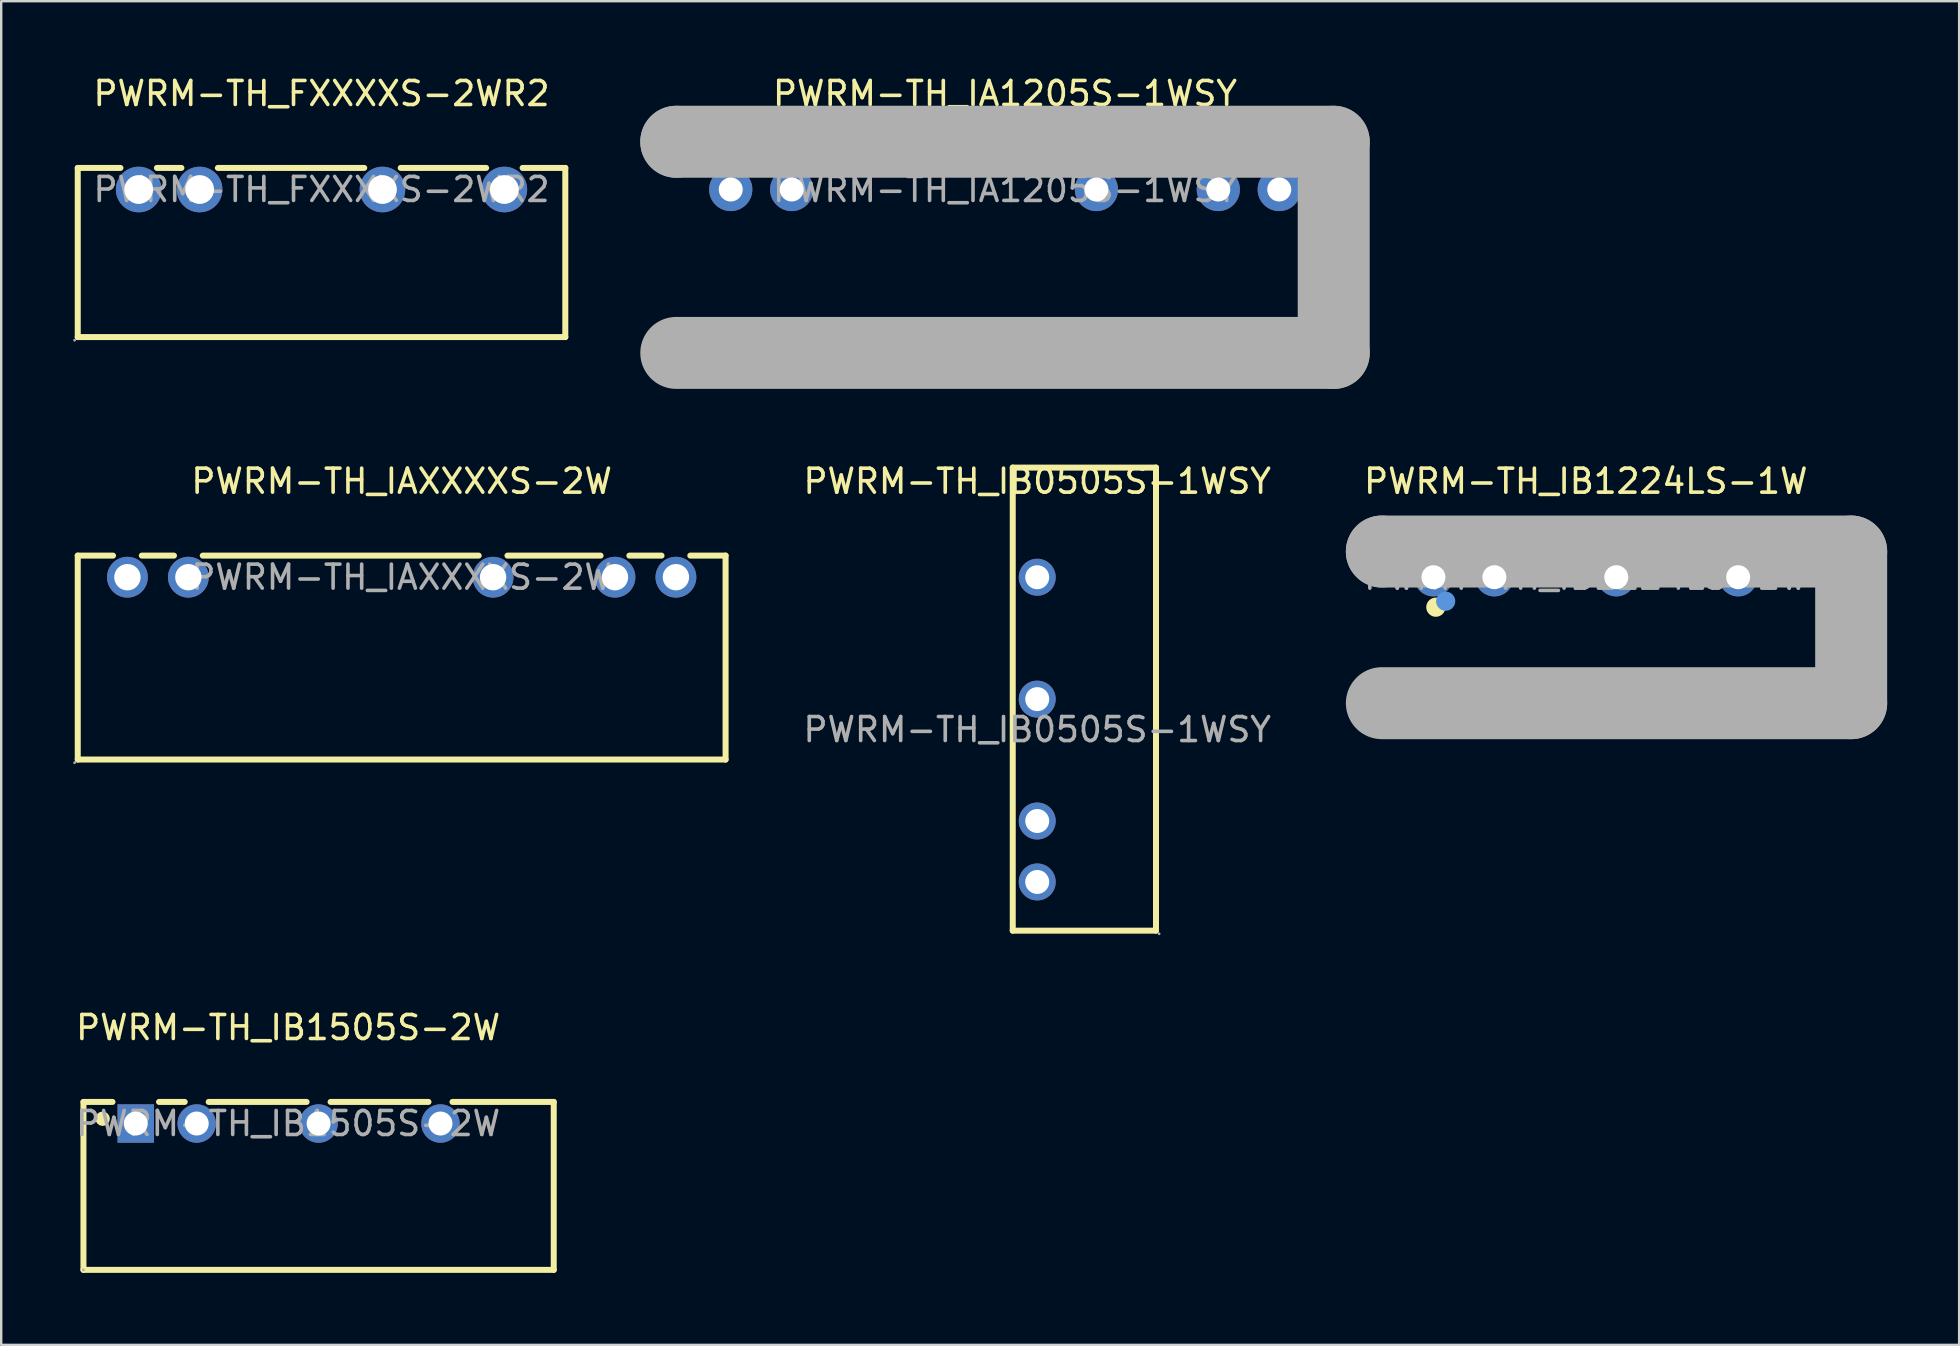
<source format=kicad_pcb>
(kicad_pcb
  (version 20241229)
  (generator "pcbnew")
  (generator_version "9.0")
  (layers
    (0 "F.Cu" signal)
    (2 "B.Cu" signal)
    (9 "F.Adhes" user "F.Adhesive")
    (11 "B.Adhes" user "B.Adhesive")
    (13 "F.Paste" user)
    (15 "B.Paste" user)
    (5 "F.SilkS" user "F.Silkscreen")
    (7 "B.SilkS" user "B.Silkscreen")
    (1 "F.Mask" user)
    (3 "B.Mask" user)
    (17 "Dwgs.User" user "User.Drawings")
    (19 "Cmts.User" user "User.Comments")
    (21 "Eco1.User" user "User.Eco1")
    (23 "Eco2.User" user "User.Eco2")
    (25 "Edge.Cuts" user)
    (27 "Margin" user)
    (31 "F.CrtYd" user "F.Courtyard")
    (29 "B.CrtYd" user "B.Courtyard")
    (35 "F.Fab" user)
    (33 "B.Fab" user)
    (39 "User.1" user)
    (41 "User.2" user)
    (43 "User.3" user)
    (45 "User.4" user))
  (footprint "PWRM-TH_IB1224LS-1W"
    (layer "F.Cu")
    (at 63.041 21.006)
    (property "Reference" "PWRM-TH_IB1224LS-1W" (at 0 -4 0) (layer "F.SilkS") (effects (font (size 1 1) (thickness 0.15))))
    (attr through_hole)
    (fp_circle (center -6.25 1.25) (end -6.05 1.25) (stroke (width 0.4) (type solid)) (fill no) (layer "F.SilkS"))
    (fp_circle (center -5.84 1) (end -5.64 1) (stroke (width 0.4) (type solid)) (fill no) (layer "Cmts.User"))
    (fp_line (start -8.5 -1.07) (end -8.5 -1.07) (stroke (width 3) (type solid)) (layer "F.Fab"))
    (fp_line (start -8.5 -1.07) (end 11.06 -1.07) (stroke (width 3) (type solid)) (layer "F.Fab"))
    (fp_line (start 11.06 -1.07) (end 11.06 5.25) (stroke (width 3) (type solid)) (layer "F.Fab"))
    (fp_line (start 11.06 5.25) (end -8.5 5.25) (stroke (width 3) (type solid)) (layer "F.Fab"))
    (fp_circle (center -8.56 5.1) (end -8.53 5.1) (stroke (width 0.06) (type solid)) (fill no) (layer "F.Fab"))
    (fp_text user "${REFERENCE}" (at 0 0 0) (layer "F.Fab") (effects (font (size 1 1) (thickness 0.15))))
    (pad "1" thru_hole circle (at -6.35 0) (size 1.6 1.6) (drill 1) (layers "*.Cu" "*.Paste" "*.Mask"))
    (pad "2" thru_hole circle (at -3.81 0) (size 1.6 1.6) (drill 1) (layers "*.Cu" "*.Paste" "*.Mask"))
    (pad "4" thru_hole circle (at 1.27 0) (size 1.6 1.6) (drill 1) (layers "*.Cu" "*.Paste" "*.Mask"))
    (pad "6" thru_hole circle (at 6.35 0) (size 1.6 1.6) (drill 1) (layers "*.Cu" "*.Paste" "*.Mask")))
  (footprint "PWRM-TH_FXXXXS-2WR2"
    (layer "F.Cu")
    (at 10.35 4.848)
    (property "Reference" "PWRM-TH_FXXXXS-2WR2" (at 0 -4 0) (layer "F.SilkS") (effects (font (size 1 1) (thickness 0.15))))
    (attr through_hole)
    (fp_line (start -10.16 -0.9) (end -10.16 6.15) (stroke (width 0.25) (type solid)) (layer "F.SilkS"))
    (fp_line (start -10.16 -0.9) (end -8.38 -0.9) (stroke (width 0.25) (type solid)) (layer "F.SilkS"))
    (fp_line (start -10.16 6.15) (end 10.16 6.15) (stroke (width 0.25) (type solid)) (layer "F.SilkS"))
    (fp_line (start -6.86 -0.9) (end -5.84 -0.9) (stroke (width 0.25) (type solid)) (layer "F.SilkS"))
    (fp_line (start -4.32 -0.9) (end 1.78 -0.9) (stroke (width 0.25) (type solid)) (layer "F.SilkS"))
    (fp_line (start 3.3 -0.9) (end 6.86 -0.9) (stroke (width 0.25) (type solid)) (layer "F.SilkS"))
    (fp_line (start 8.38 -0.9) (end 10.16 -0.9) (stroke (width 0.25) (type solid)) (layer "F.SilkS"))
    (fp_line (start 10.16 -0.9) (end 10.16 6.15) (stroke (width 0.25) (type solid)) (layer "F.SilkS"))
    (fp_circle (center -10.29 6.28) (end -10.26 6.28) (stroke (width 0.06) (type solid)) (fill no) (layer "F.Fab"))
    (fp_circle (center -7.62 0) (end -7.37 0) (stroke (width 0.5) (type solid)) (fill no) (layer "F.Fab"))
    (fp_circle (center -5.08 0) (end -4.83 0) (stroke (width 0.5) (type solid)) (fill no) (layer "F.Fab"))
    (fp_circle (center 2.54 0) (end 2.79 0) (stroke (width 0.5) (type solid)) (fill no) (layer "F.Fab"))
    (fp_circle (center 7.62 0) (end 7.87 0) (stroke (width 0.5) (type solid)) (fill no) (layer "F.Fab"))
    (fp_text user "${REFERENCE}" (at 0 0 0) (layer "F.Fab") (effects (font (size 1 1) (thickness 0.15))))
    (pad "1" thru_hole circle (at -7.62 0) (size 1.9 1.9) (drill 1.2) (layers "*.Cu" "*.Paste" "*.Mask"))
    (pad "2" thru_hole circle (at -5.08 0) (size 1.9 1.9) (drill 1.2) (layers "*.Cu" "*.Paste" "*.Mask"))
    (pad "5" thru_hole circle (at 2.54 0) (size 1.9 1.9) (drill 1.2) (layers "*.Cu" "*.Paste" "*.Mask"))
    (pad "7" thru_hole circle (at 7.62 0) (size 1.9 1.9) (drill 1.2) (layers "*.Cu" "*.Paste" "*.Mask")))
  (footprint "PWRM-TH_IAXXXXS-2W"
    (layer "F.Cu")
    (at 13.69 21.006)
    (property "Reference" "PWRM-TH_IAXXXXS-2W" (at 0 -4 0) (layer "F.SilkS") (effects (font (size 1 1) (thickness 0.15))))
    (attr through_hole)
    (fp_line (start -13.5 -0.9) (end -13.5 7.6) (stroke (width 0.25) (type solid)) (layer "F.SilkS"))
    (fp_line (start -13.5 -0.9) (end -12.03 -0.9) (stroke (width 0.25) (type solid)) (layer "F.SilkS"))
    (fp_line (start -13.5 7.6) (end 13.5 7.6) (stroke (width 0.25) (type solid)) (layer "F.SilkS"))
    (fp_line (start -10.83 -0.9) (end -9.49 -0.9) (stroke (width 0.25) (type solid)) (layer "F.SilkS"))
    (fp_line (start -8.29 -0.9) (end 3.21 -0.9) (stroke (width 0.25) (type solid)) (layer "F.SilkS"))
    (fp_line (start 4.41 -0.9) (end 8.29 -0.9) (stroke (width 0.25) (type solid)) (layer "F.SilkS"))
    (fp_line (start 9.49 -0.9) (end 10.83 -0.9) (stroke (width 0.25) (type solid)) (layer "F.SilkS"))
    (fp_line (start 12.03 -0.9) (end 13.5 -0.9) (stroke (width 0.25) (type solid)) (layer "F.SilkS"))
    (fp_line (start 13.5 -0.9) (end 13.5 7.6) (stroke (width 0.25) (type solid)) (layer "F.SilkS"))
    (fp_circle (center -13.63 7.73) (end -13.6 7.73) (stroke (width 0.06) (type solid)) (fill no) (layer "F.Fab"))
    (fp_circle (center -11.43 0) (end -11.2 0) (stroke (width 0.45) (type solid)) (fill no) (layer "F.Fab"))
    (fp_circle (center -8.89 0) (end -8.66 0) (stroke (width 0.45) (type solid)) (fill no) (layer "F.Fab"))
    (fp_circle (center 3.81 0) (end 4.04 0) (stroke (width 0.45) (type solid)) (fill no) (layer "F.Fab"))
    (fp_circle (center 8.89 0) (end 9.12 0) (stroke (width 0.45) (type solid)) (fill no) (layer "F.Fab"))
    (fp_circle (center 11.43 0) (end 11.66 0) (stroke (width 0.45) (type solid)) (fill no) (layer "F.Fab"))
    (fp_text user "${REFERENCE}" (at 0 0 0) (layer "F.Fab") (effects (font (size 1 1) (thickness 0.15))))
    (pad "1" thru_hole circle (at -11.43 0) (size 1.7 1.7) (drill 1.1) (layers "*.Cu" "*.Paste" "*.Mask"))
    (pad "2" thru_hole circle (at -8.89 0) (size 1.7 1.7) (drill 1.1) (layers "*.Cu" "*.Paste" "*.Mask"))
    (pad "7" thru_hole circle (at 3.81 0) (size 1.7 1.7) (drill 1.1) (layers "*.Cu" "*.Paste" "*.Mask"))
    (pad "9" thru_hole circle (at 8.89 0) (size 1.7 1.7) (drill 1.1) (layers "*.Cu" "*.Paste" "*.Mask"))
    (pad "10" thru_hole circle (at 11.43 0) (size 1.7 1.7) (drill 1.1) (layers "*.Cu" "*.Paste" "*.Mask")))
  (footprint "PWRM-TH_IB0505S-1WSY"
    (layer "F.Cu")
    (at 40.178 27.357)
    (property "Reference" "PWRM-TH_IB0505S-1WSY" (at 0 -10.35 0) (layer "F.SilkS") (effects (font (size 1 1) (thickness 0.15))))
    (attr through_hole)
    (fp_line (start -1.02 -10.92) (end 4.95 -10.92) (stroke (width 0.25) (type solid)) (layer "F.SilkS"))
    (fp_line (start -1.02 8.38) (end -1.02 -10.92) (stroke (width 0.25) (type solid)) (layer "F.SilkS"))
    (fp_line (start 4.95 -10.92) (end 4.95 8.38) (stroke (width 0.25) (type solid)) (layer "F.SilkS"))
    (fp_line (start 4.95 8.38) (end -1.02 8.38) (stroke (width 0.25) (type solid)) (layer "F.SilkS"))
    (fp_circle (center 0 -6.35) (end 0.2 -6.35) (stroke (width 0.4) (type solid)) (fill no) (layer "F.Fab"))
    (fp_circle (center 0 -1.27) (end 0.2 -1.27) (stroke (width 0.4) (type solid)) (fill no) (layer "F.Fab"))
    (fp_circle (center 0 3.81) (end 0.2 3.81) (stroke (width 0.4) (type solid)) (fill no) (layer "F.Fab"))
    (fp_circle (center 0 6.35) (end 0.2 6.35) (stroke (width 0.4) (type solid)) (fill no) (layer "F.Fab"))
    (fp_circle (center 5.08 8.51) (end 5.11 8.51) (stroke (width 0.06) (type solid)) (fill no) (layer "F.Fab"))
    (fp_text user "${REFERENCE}" (at 0 0 0) (layer "F.Fab") (effects (font (size 1 1) (thickness 0.15))))
    (pad "1" thru_hole circle (at 0 6.35 90) (size 1.54 1.54) (drill 1) (layers "*.Cu" "*.Paste" "*.Mask"))
    (pad "2" thru_hole circle (at 0 3.81 90) (size 1.54 1.54) (drill 1) (layers "*.Cu" "*.Paste" "*.Mask"))
    (pad "4" thru_hole circle (at 0 -1.27 90) (size 1.54 1.54) (drill 1) (layers "*.Cu" "*.Paste" "*.Mask"))
    (pad "6" thru_hole circle (at 0 -6.35 90) (size 1.54 1.54) (drill 1) (layers "*.Cu" "*.Paste" "*.Mask")))
  (footprint "PWRM-TH_IB1505S-2W"
    (layer "F.Cu")
    (at 8.958 43.775)
    (property "Reference" "PWRM-TH_IB1505S-2W" (at 0 -4 0) (layer "F.SilkS") (effects (font (size 1 1) (thickness 0.15))))
    (attr through_hole)
    (fp_line (start -8.53 -0.9) (end -7.32 -0.9) (stroke (width 0.25) (type solid)) (layer "F.SilkS"))
    (fp_line (start -8.53 6.1) (end -8.53 -0.9) (stroke (width 0.25) (type solid)) (layer "F.SilkS"))
    (fp_line (start -5.38 -0.9) (end -4.31 -0.9) (stroke (width 0.25) (type solid)) (layer "F.SilkS"))
    (fp_line (start -3.31 -0.9) (end 0.77 -0.9) (stroke (width 0.25) (type solid)) (layer "F.SilkS"))
    (fp_line (start 1.77 -0.9) (end 5.85 -0.9) (stroke (width 0.25) (type solid)) (layer "F.SilkS"))
    (fp_line (start 6.85 -0.9) (end 11.07 -0.9) (stroke (width 0.25) (type solid)) (layer "F.SilkS"))
    (fp_line (start 11.07 -0.9) (end 11.07 6.1) (stroke (width 0.25) (type solid)) (layer "F.SilkS"))
    (fp_line (start 11.07 6.1) (end -8.53 6.1) (stroke (width 0.25) (type solid)) (layer "F.SilkS"))
    (fp_circle (center -7.73 -0.2) (end -7.58 -0.2) (stroke (width 0.3) (type solid)) (fill no) (layer "F.SilkS"))
    (fp_circle (center -8.53 6.1) (end -8.5 6.1) (stroke (width 0.06) (type solid)) (fill no) (layer "F.Fab"))
    (fp_text user "${REFERENCE}" (at 0 0 0) (layer "F.Fab") (effects (font (size 1 1) (thickness 0.15))))
    (pad "1" thru_hole rect (at -6.35 0) (size 1.52 1.6) (drill 1) (layers "*.Cu" "*.Paste" "*.Mask"))
    (pad "2" thru_hole circle (at -3.81 0) (size 1.6 1.6) (drill 1) (layers "*.Cu" "*.Paste" "*.Mask"))
    (pad "4" thru_hole circle (at 1.27 0) (size 1.6 1.6) (drill 1) (layers "*.Cu" "*.Paste" "*.Mask"))
    (pad "6" thru_hole circle (at 6.35 0) (size 1.6 1.6) (drill 1) (layers "*.Cu" "*.Paste" "*.Mask")))
  (footprint "PWRM-TH_IA1205S-1WSY"
    (layer "F.Cu")
    (at 38.835 4.848)
    (property "Reference" "PWRM-TH_IA1205S-1WSY" (at 0 -4 0) (layer "F.SilkS") (effects (font (size 1 1) (thickness 0.15))))
    (attr through_hole)
    (fp_line (start -13.7 -1.99) (end -13.7 -1.99) (stroke (width 3) (type solid)) (layer "F.Fab"))
    (fp_line (start -13.7 -1.99) (end 13.7 -1.99) (stroke (width 3) (type solid)) (layer "F.Fab"))
    (fp_line (start 13.7 -1.99) (end 13.7 6.81) (stroke (width 3) (type solid)) (layer "F.Fab"))
    (fp_line (start 13.7 6.81) (end -13.7 6.81) (stroke (width 3) (type solid)) (layer "F.Fab"))
    (fp_circle (center -13.83 -2.11) (end -13.8 -2.11) (stroke (width 0.06) (type solid)) (fill no) (layer "F.Fab"))
    (fp_circle (center -11.43 0) (end -11.23 0) (stroke (width 0.4) (type solid)) (fill no) (layer "F.Fab"))
    (fp_circle (center -8.89 0) (end -8.69 0) (stroke (width 0.4) (type solid)) (fill no) (layer "F.Fab"))
    (fp_circle (center 3.81 0) (end 4.01 0) (stroke (width 0.4) (type solid)) (fill no) (layer "F.Fab"))
    (fp_circle (center 8.89 0) (end 9.09 0) (stroke (width 0.4) (type solid)) (fill no) (layer "F.Fab"))
    (fp_circle (center 11.43 0) (end 11.63 0) (stroke (width 0.4) (type solid)) (fill no) (layer "F.Fab"))
    (fp_text user "${REFERENCE}" (at 0 0 0) (layer "F.Fab") (effects (font (size 1 1) (thickness 0.15))))
    (pad "1" thru_hole circle (at -11.43 0) (size 1.8 1.8) (drill 1) (layers "*.Cu" "*.Paste" "*.Mask"))
    (pad "2" thru_hole circle (at -8.89 0) (size 1.8 1.8) (drill 1) (layers "*.Cu" "*.Paste" "*.Mask"))
    (pad "7" thru_hole circle (at 3.81 0) (size 1.8 1.8) (drill 1) (layers "*.Cu" "*.Paste" "*.Mask"))
    (pad "9" thru_hole circle (at 8.89 0) (size 1.8 1.8) (drill 1) (layers "*.Cu" "*.Paste" "*.Mask"))
    (pad "10" thru_hole circle (at 11.43 0) (size 1.8 1.8) (drill 1) (layers "*.Cu" "*.Paste" "*.Mask")))
  (gr_rect
    (start -3 -3)
    (end 78.601 53)
    (stroke (width 0.1) (type default))
    (fill no)
    (layer "Edge.Cuts")))
</source>
